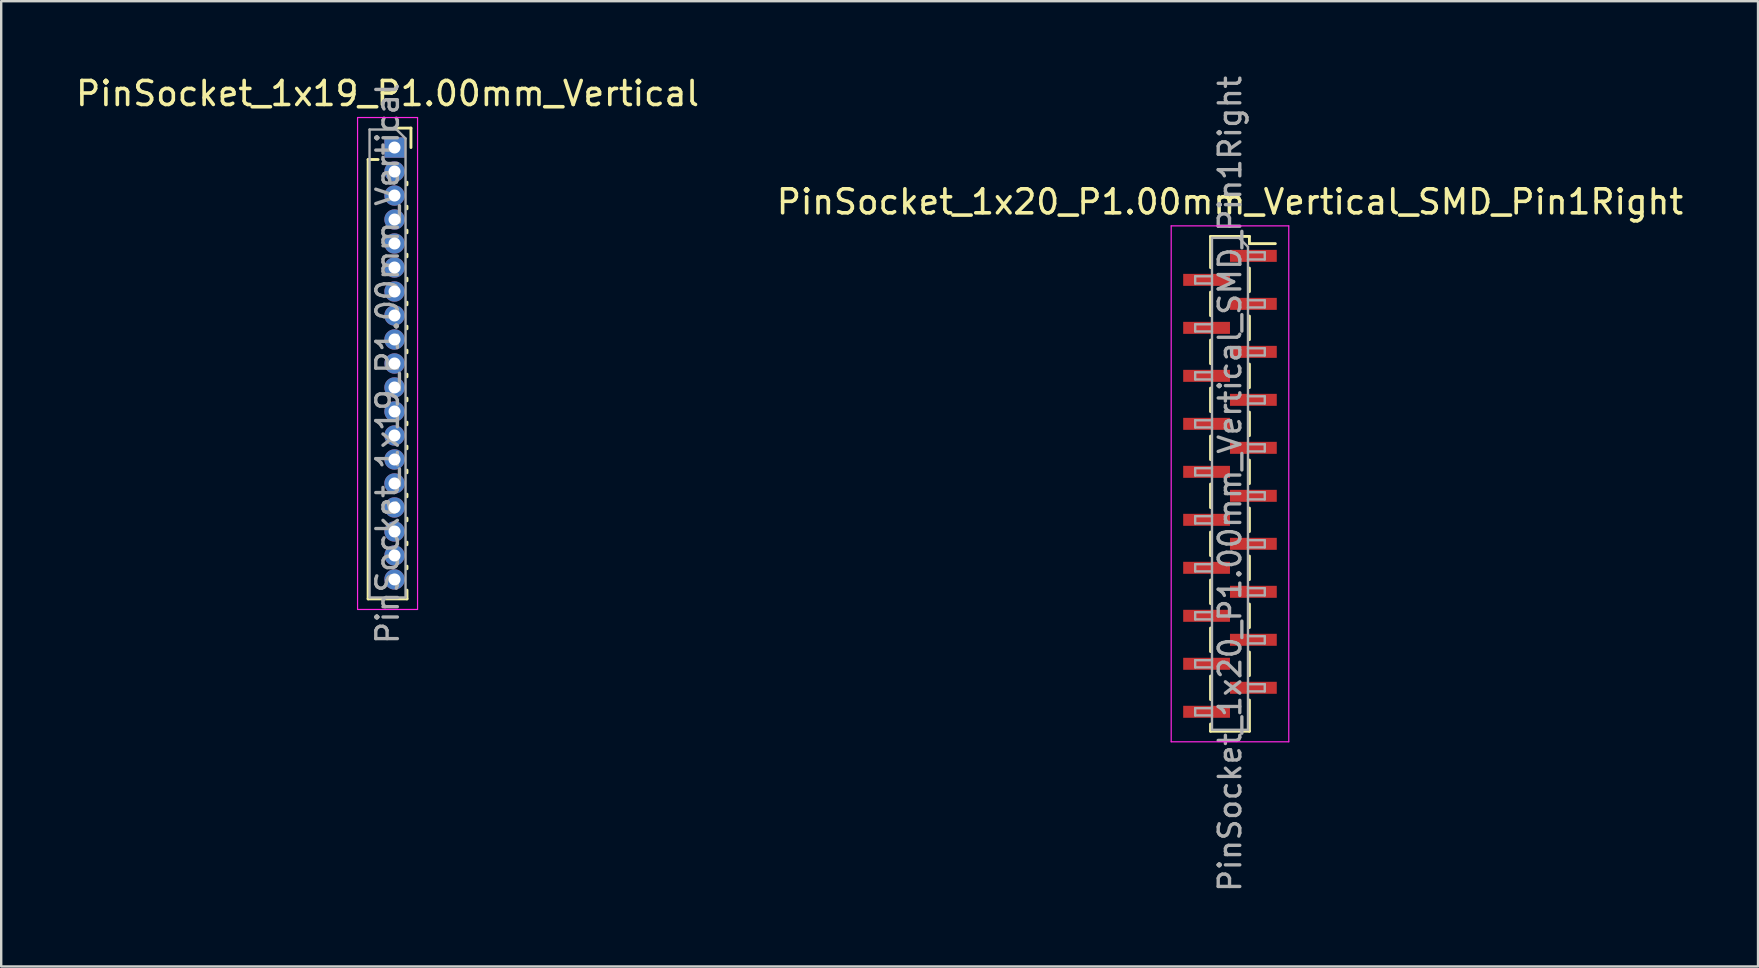
<source format=kicad_pcb>
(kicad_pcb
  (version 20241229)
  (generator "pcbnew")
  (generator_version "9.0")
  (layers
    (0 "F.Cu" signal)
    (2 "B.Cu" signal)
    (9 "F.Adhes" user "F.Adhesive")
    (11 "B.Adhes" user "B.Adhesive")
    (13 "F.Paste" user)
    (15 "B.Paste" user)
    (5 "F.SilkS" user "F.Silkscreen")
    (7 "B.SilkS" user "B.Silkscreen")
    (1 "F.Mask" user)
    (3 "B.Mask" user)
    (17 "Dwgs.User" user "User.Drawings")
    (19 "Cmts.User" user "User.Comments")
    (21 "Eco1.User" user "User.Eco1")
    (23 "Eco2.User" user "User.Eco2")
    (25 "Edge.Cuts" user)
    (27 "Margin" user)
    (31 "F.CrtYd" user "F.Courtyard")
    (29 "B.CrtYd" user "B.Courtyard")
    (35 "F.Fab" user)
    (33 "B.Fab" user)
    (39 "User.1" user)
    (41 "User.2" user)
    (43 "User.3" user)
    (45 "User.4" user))
  (footprint "PinSocket_1x19_P1.00mm_Vertical"
    (layer "F.Cu")
    (at 13.391 3.098)
    (property "Reference" "PinSocket_1x19_P1.00mm_Vertical" (at -0.29 -2.25 0) (layer "F.SilkS") (effects (font (size 1 1) (thickness 0.15))))
    (attr through_hole)
    (fp_line (start -1.1 0.5) (end -1.1 18.81) (stroke (width 0.12) (type solid)) (layer "F.SilkS"))
    (fp_line (start -1.1 0.5) (end -0.685 0.5) (stroke (width 0.12) (type solid)) (layer "F.SilkS"))
    (fp_line (start -1.1 18.81) (end 0.52 18.81) (stroke (width 0.12) (type solid)) (layer "F.SilkS"))
    (fp_line (start 0 -0.81) (end 0.685 -0.81) (stroke (width 0.12) (type solid)) (layer "F.SilkS"))
    (fp_line (start 0.52 1.446) (end 0.52 1.554) (stroke (width 0.12) (type solid)) (layer "F.SilkS"))
    (fp_line (start 0.52 2.446) (end 0.52 2.554) (stroke (width 0.12) (type solid)) (layer "F.SilkS"))
    (fp_line (start 0.52 3.446) (end 0.52 3.554) (stroke (width 0.12) (type solid)) (layer "F.SilkS"))
    (fp_line (start 0.52 4.446) (end 0.52 4.554) (stroke (width 0.12) (type solid)) (layer "F.SilkS"))
    (fp_line (start 0.52 5.446) (end 0.52 5.554) (stroke (width 0.12) (type solid)) (layer "F.SilkS"))
    (fp_line (start 0.52 6.446) (end 0.52 6.554) (stroke (width 0.12) (type solid)) (layer "F.SilkS"))
    (fp_line (start 0.52 7.446) (end 0.52 7.554) (stroke (width 0.12) (type solid)) (layer "F.SilkS"))
    (fp_line (start 0.52 8.446) (end 0.52 8.554) (stroke (width 0.12) (type solid)) (layer "F.SilkS"))
    (fp_line (start 0.52 9.446) (end 0.52 9.554) (stroke (width 0.12) (type solid)) (layer "F.SilkS"))
    (fp_line (start 0.52 10.446) (end 0.52 10.554) (stroke (width 0.12) (type solid)) (layer "F.SilkS"))
    (fp_line (start 0.52 11.446) (end 0.52 11.554) (stroke (width 0.12) (type solid)) (layer "F.SilkS"))
    (fp_line (start 0.52 12.446) (end 0.52 12.554) (stroke (width 0.12) (type solid)) (layer "F.SilkS"))
    (fp_line (start 0.52 13.446) (end 0.52 13.554) (stroke (width 0.12) (type solid)) (layer "F.SilkS"))
    (fp_line (start 0.52 14.446) (end 0.52 14.554) (stroke (width 0.12) (type solid)) (layer "F.SilkS"))
    (fp_line (start 0.52 15.446) (end 0.52 15.554) (stroke (width 0.12) (type solid)) (layer "F.SilkS"))
    (fp_line (start 0.52 16.446) (end 0.52 16.554) (stroke (width 0.12) (type solid)) (layer "F.SilkS"))
    (fp_line (start 0.52 17.446) (end 0.52 17.554) (stroke (width 0.12) (type solid)) (layer "F.SilkS"))
    (fp_line (start 0.52 18.446) (end 0.52 18.81) (stroke (width 0.12) (type solid)) (layer "F.SilkS"))
    (fp_line (start 0.685 -0.81) (end 0.685 0) (stroke (width 0.12) (type solid)) (layer "F.SilkS"))
    (fp_line (start -1.54 -1.25) (end 0.96 -1.25) (stroke (width 0.05) (type solid)) (layer "F.CrtYd"))
    (fp_line (start -1.54 19.25) (end -1.54 -1.25) (stroke (width 0.05) (type solid)) (layer "F.CrtYd"))
    (fp_line (start 0.96 -1.25) (end 0.96 19.25) (stroke (width 0.05) (type solid)) (layer "F.CrtYd"))
    (fp_line (start 0.96 19.25) (end -1.54 19.25) (stroke (width 0.05) (type solid)) (layer "F.CrtYd"))
    (fp_line (start -1.04 -0.75) (end 0.085 -0.75) (stroke (width 0.1) (type solid)) (layer "F.Fab"))
    (fp_line (start -1.04 18.75) (end -1.04 -0.75) (stroke (width 0.1) (type solid)) (layer "F.Fab"))
    (fp_line (start 0.085 -0.75) (end 0.46 -0.375) (stroke (width 0.1) (type solid)) (layer "F.Fab"))
    (fp_line (start 0.46 -0.375) (end 0.46 18.75) (stroke (width 0.1) (type solid)) (layer "F.Fab"))
    (fp_line (start 0.46 18.75) (end -1.04 18.75) (stroke (width 0.1) (type solid)) (layer "F.Fab"))
    (fp_text user "${REFERENCE}" (at -0.29 9 90) (layer "F.Fab") (effects (font (size 0.9 0.9) (thickness 0.14))))
    (pad "1" thru_hole rect (at 0 0) (size 0.85 0.85) (drill 0.5) (layers "*.Cu" "*.Mask"))
    (pad "2" thru_hole oval (at 0 1) (size 0.85 0.85) (drill 0.5) (layers "*.Cu" "*.Mask"))
    (pad "3" thru_hole oval (at 0 2) (size 0.85 0.85) (drill 0.5) (layers "*.Cu" "*.Mask"))
    (pad "4" thru_hole oval (at 0 3) (size 0.85 0.85) (drill 0.5) (layers "*.Cu" "*.Mask"))
    (pad "5" thru_hole oval (at 0 4) (size 0.85 0.85) (drill 0.5) (layers "*.Cu" "*.Mask"))
    (pad "6" thru_hole oval (at 0 5) (size 0.85 0.85) (drill 0.5) (layers "*.Cu" "*.Mask"))
    (pad "7" thru_hole oval (at 0 6) (size 0.85 0.85) (drill 0.5) (layers "*.Cu" "*.Mask"))
    (pad "8" thru_hole oval (at 0 7) (size 0.85 0.85) (drill 0.5) (layers "*.Cu" "*.Mask"))
    (pad "9" thru_hole oval (at 0 8) (size 0.85 0.85) (drill 0.5) (layers "*.Cu" "*.Mask"))
    (pad "10" thru_hole oval (at 0 9) (size 0.85 0.85) (drill 0.5) (layers "*.Cu" "*.Mask"))
    (pad "11" thru_hole oval (at 0 10) (size 0.85 0.85) (drill 0.5) (layers "*.Cu" "*.Mask"))
    (pad "12" thru_hole oval (at 0 11) (size 0.85 0.85) (drill 0.5) (layers "*.Cu" "*.Mask"))
    (pad "13" thru_hole oval (at 0 12) (size 0.85 0.85) (drill 0.5) (layers "*.Cu" "*.Mask"))
    (pad "14" thru_hole oval (at 0 13) (size 0.85 0.85) (drill 0.5) (layers "*.Cu" "*.Mask"))
    (pad "15" thru_hole oval (at 0 14) (size 0.85 0.85) (drill 0.5) (layers "*.Cu" "*.Mask"))
    (pad "16" thru_hole oval (at 0 15) (size 0.85 0.85) (drill 0.5) (layers "*.Cu" "*.Mask"))
    (pad "17" thru_hole oval (at 0 16) (size 0.85 0.85) (drill 0.5) (layers "*.Cu" "*.Mask"))
    (pad "18" thru_hole oval (at 0 17) (size 0.85 0.85) (drill 0.5) (layers "*.Cu" "*.Mask"))
    (pad "19" thru_hole oval (at 0 18) (size 0.85 0.85) (drill 0.5) (layers "*.Cu" "*.Mask")))
  (footprint "PinSocket_1x20_P1.00mm_Vertical_SMD_Pin1Right"
    (layer "F.Cu")
    (at 48.208 17.113)
    (property "Reference" "PinSocket_1x20_P1.00mm_Vertical_SMD_Pin1Right" (at 0 -11.75 0) (layer "F.SilkS") (effects (font (size 1 1) (thickness 0.15))))
    (attr smd)
    (fp_line (start -0.81 -10.31) (end -0.81 -9.01) (stroke (width 0.12) (type solid)) (layer "F.SilkS"))
    (fp_line (start -0.81 -10.31) (end 0.81 -10.31) (stroke (width 0.12) (type solid)) (layer "F.SilkS"))
    (fp_line (start -0.81 -7.99) (end -0.81 -7.01) (stroke (width 0.12) (type solid)) (layer "F.SilkS"))
    (fp_line (start -0.81 -5.99) (end -0.81 -5.01) (stroke (width 0.12) (type solid)) (layer "F.SilkS"))
    (fp_line (start -0.81 -3.99) (end -0.81 -3.01) (stroke (width 0.12) (type solid)) (layer "F.SilkS"))
    (fp_line (start -0.81 -1.99) (end -0.81 -1.01) (stroke (width 0.12) (type solid)) (layer "F.SilkS"))
    (fp_line (start -0.81 0.01) (end -0.81 0.99) (stroke (width 0.12) (type solid)) (layer "F.SilkS"))
    (fp_line (start -0.81 2.01) (end -0.81 2.99) (stroke (width 0.12) (type solid)) (layer "F.SilkS"))
    (fp_line (start -0.81 4.01) (end -0.81 4.99) (stroke (width 0.12) (type solid)) (layer "F.SilkS"))
    (fp_line (start -0.81 6.01) (end -0.81 6.99) (stroke (width 0.12) (type solid)) (layer "F.SilkS"))
    (fp_line (start -0.81 8.01) (end -0.81 8.99) (stroke (width 0.12) (type solid)) (layer "F.SilkS"))
    (fp_line (start -0.81 10.01) (end -0.81 10.31) (stroke (width 0.12) (type solid)) (layer "F.SilkS"))
    (fp_line (start -0.81 10.31) (end 0.81 10.31) (stroke (width 0.12) (type solid)) (layer "F.SilkS"))
    (fp_line (start 0.81 -10.31) (end 0.81 -10.01) (stroke (width 0.12) (type solid)) (layer "F.SilkS"))
    (fp_line (start 0.81 -10.01) (end 1.89 -10.01) (stroke (width 0.12) (type solid)) (layer "F.SilkS"))
    (fp_line (start 0.81 -8.99) (end 0.81 -8.01) (stroke (width 0.12) (type solid)) (layer "F.SilkS"))
    (fp_line (start 0.81 -6.99) (end 0.81 -6.01) (stroke (width 0.12) (type solid)) (layer "F.SilkS"))
    (fp_line (start 0.81 -4.99) (end 0.81 -4.01) (stroke (width 0.12) (type solid)) (layer "F.SilkS"))
    (fp_line (start 0.81 -2.99) (end 0.81 -2.01) (stroke (width 0.12) (type solid)) (layer "F.SilkS"))
    (fp_line (start 0.81 -0.99) (end 0.81 -0.01) (stroke (width 0.12) (type solid)) (layer "F.SilkS"))
    (fp_line (start 0.81 1.01) (end 0.81 1.99) (stroke (width 0.12) (type solid)) (layer "F.SilkS"))
    (fp_line (start 0.81 3.01) (end 0.81 3.99) (stroke (width 0.12) (type solid)) (layer "F.SilkS"))
    (fp_line (start 0.81 5.01) (end 0.81 5.99) (stroke (width 0.12) (type solid)) (layer "F.SilkS"))
    (fp_line (start 0.81 7.01) (end 0.81 7.99) (stroke (width 0.12) (type solid)) (layer "F.SilkS"))
    (fp_line (start 0.81 9.01) (end 0.81 10.31) (stroke (width 0.12) (type solid)) (layer "F.SilkS"))
    (fp_line (start -2.45 -10.75) (end 2.45 -10.75) (stroke (width 0.05) (type solid)) (layer "F.CrtYd"))
    (fp_line (start -2.45 10.75) (end -2.45 -10.75) (stroke (width 0.05) (type solid)) (layer "F.CrtYd"))
    (fp_line (start 2.45 -10.75) (end 2.45 10.75) (stroke (width 0.05) (type solid)) (layer "F.CrtYd"))
    (fp_line (start 2.45 10.75) (end -2.45 10.75) (stroke (width 0.05) (type solid)) (layer "F.CrtYd"))
    (fp_line (start -1.45 -8.65) (end -0.75 -8.65) (stroke (width 0.1) (type solid)) (layer "F.Fab"))
    (fp_line (start -1.45 -8.35) (end -1.45 -8.65) (stroke (width 0.1) (type solid)) (layer "F.Fab"))
    (fp_line (start -1.45 -6.65) (end -0.75 -6.65) (stroke (width 0.1) (type solid)) (layer "F.Fab"))
    (fp_line (start -1.45 -6.35) (end -1.45 -6.65) (stroke (width 0.1) (type solid)) (layer "F.Fab"))
    (fp_line (start -1.45 -4.65) (end -0.75 -4.65) (stroke (width 0.1) (type solid)) (layer "F.Fab"))
    (fp_line (start -1.45 -4.35) (end -1.45 -4.65) (stroke (width 0.1) (type solid)) (layer "F.Fab"))
    (fp_line (start -1.45 -2.65) (end -0.75 -2.65) (stroke (width 0.1) (type solid)) (layer "F.Fab"))
    (fp_line (start -1.45 -2.35) (end -1.45 -2.65) (stroke (width 0.1) (type solid)) (layer "F.Fab"))
    (fp_line (start -1.45 -0.65) (end -0.75 -0.65) (stroke (width 0.1) (type solid)) (layer "F.Fab"))
    (fp_line (start -1.45 -0.35) (end -1.45 -0.65) (stroke (width 0.1) (type solid)) (layer "F.Fab"))
    (fp_line (start -1.45 1.35) (end -0.75 1.35) (stroke (width 0.1) (type solid)) (layer "F.Fab"))
    (fp_line (start -1.45 1.65) (end -1.45 1.35) (stroke (width 0.1) (type solid)) (layer "F.Fab"))
    (fp_line (start -1.45 3.35) (end -0.75 3.35) (stroke (width 0.1) (type solid)) (layer "F.Fab"))
    (fp_line (start -1.45 3.65) (end -1.45 3.35) (stroke (width 0.1) (type solid)) (layer "F.Fab"))
    (fp_line (start -1.45 5.35) (end -0.75 5.35) (stroke (width 0.1) (type solid)) (layer "F.Fab"))
    (fp_line (start -1.45 5.65) (end -1.45 5.35) (stroke (width 0.1) (type solid)) (layer "F.Fab"))
    (fp_line (start -1.45 7.35) (end -0.75 7.35) (stroke (width 0.1) (type solid)) (layer "F.Fab"))
    (fp_line (start -1.45 7.65) (end -1.45 7.35) (stroke (width 0.1) (type solid)) (layer "F.Fab"))
    (fp_line (start -1.45 9.35) (end -0.75 9.35) (stroke (width 0.1) (type solid)) (layer "F.Fab"))
    (fp_line (start -1.45 9.65) (end -1.45 9.35) (stroke (width 0.1) (type solid)) (layer "F.Fab"))
    (fp_line (start -0.75 -10.25) (end 0.375 -10.25) (stroke (width 0.1) (type solid)) (layer "F.Fab"))
    (fp_line (start -0.75 -8.35) (end -1.45 -8.35) (stroke (width 0.1) (type solid)) (layer "F.Fab"))
    (fp_line (start -0.75 -6.35) (end -1.45 -6.35) (stroke (width 0.1) (type solid)) (layer "F.Fab"))
    (fp_line (start -0.75 -4.35) (end -1.45 -4.35) (stroke (width 0.1) (type solid)) (layer "F.Fab"))
    (fp_line (start -0.75 -2.35) (end -1.45 -2.35) (stroke (width 0.1) (type solid)) (layer "F.Fab"))
    (fp_line (start -0.75 -0.35) (end -1.45 -0.35) (stroke (width 0.1) (type solid)) (layer "F.Fab"))
    (fp_line (start -0.75 1.65) (end -1.45 1.65) (stroke (width 0.1) (type solid)) (layer "F.Fab"))
    (fp_line (start -0.75 3.65) (end -1.45 3.65) (stroke (width 0.1) (type solid)) (layer "F.Fab"))
    (fp_line (start -0.75 5.65) (end -1.45 5.65) (stroke (width 0.1) (type solid)) (layer "F.Fab"))
    (fp_line (start -0.75 7.65) (end -1.45 7.65) (stroke (width 0.1) (type solid)) (layer "F.Fab"))
    (fp_line (start -0.75 9.65) (end -1.45 9.65) (stroke (width 0.1) (type solid)) (layer "F.Fab"))
    (fp_line (start -0.75 10.25) (end -0.75 -10.25) (stroke (width 0.1) (type solid)) (layer "F.Fab"))
    (fp_line (start 0.375 -10.25) (end 0.75 -9.875) (stroke (width 0.1) (type solid)) (layer "F.Fab"))
    (fp_line (start 0.75 -9.875) (end 0.75 10.25) (stroke (width 0.1) (type solid)) (layer "F.Fab"))
    (fp_line (start 0.75 -9.65) (end 1.45 -9.65) (stroke (width 0.1) (type solid)) (layer "F.Fab"))
    (fp_line (start 0.75 -7.65) (end 1.45 -7.65) (stroke (width 0.1) (type solid)) (layer "F.Fab"))
    (fp_line (start 0.75 -5.65) (end 1.45 -5.65) (stroke (width 0.1) (type solid)) (layer "F.Fab"))
    (fp_line (start 0.75 -3.65) (end 1.45 -3.65) (stroke (width 0.1) (type solid)) (layer "F.Fab"))
    (fp_line (start 0.75 -1.65) (end 1.45 -1.65) (stroke (width 0.1) (type solid)) (layer "F.Fab"))
    (fp_line (start 0.75 0.35) (end 1.45 0.35) (stroke (width 0.1) (type solid)) (layer "F.Fab"))
    (fp_line (start 0.75 2.35) (end 1.45 2.35) (stroke (width 0.1) (type solid)) (layer "F.Fab"))
    (fp_line (start 0.75 4.35) (end 1.45 4.35) (stroke (width 0.1) (type solid)) (layer "F.Fab"))
    (fp_line (start 0.75 6.35) (end 1.45 6.35) (stroke (width 0.1) (type solid)) (layer "F.Fab"))
    (fp_line (start 0.75 8.35) (end 1.45 8.35) (stroke (width 0.1) (type solid)) (layer "F.Fab"))
    (fp_line (start 0.75 10.25) (end -0.75 10.25) (stroke (width 0.1) (type solid)) (layer "F.Fab"))
    (fp_line (start 1.45 -9.65) (end 1.45 -9.35) (stroke (width 0.1) (type solid)) (layer "F.Fab"))
    (fp_line (start 1.45 -9.35) (end 0.75 -9.35) (stroke (width 0.1) (type solid)) (layer "F.Fab"))
    (fp_line (start 1.45 -7.65) (end 1.45 -7.35) (stroke (width 0.1) (type solid)) (layer "F.Fab"))
    (fp_line (start 1.45 -7.35) (end 0.75 -7.35) (stroke (width 0.1) (type solid)) (layer "F.Fab"))
    (fp_line (start 1.45 -5.65) (end 1.45 -5.35) (stroke (width 0.1) (type solid)) (layer "F.Fab"))
    (fp_line (start 1.45 -5.35) (end 0.75 -5.35) (stroke (width 0.1) (type solid)) (layer "F.Fab"))
    (fp_line (start 1.45 -3.65) (end 1.45 -3.35) (stroke (width 0.1) (type solid)) (layer "F.Fab"))
    (fp_line (start 1.45 -3.35) (end 0.75 -3.35) (stroke (width 0.1) (type solid)) (layer "F.Fab"))
    (fp_line (start 1.45 -1.65) (end 1.45 -1.35) (stroke (width 0.1) (type solid)) (layer "F.Fab"))
    (fp_line (start 1.45 -1.35) (end 0.75 -1.35) (stroke (width 0.1) (type solid)) (layer "F.Fab"))
    (fp_line (start 1.45 0.35) (end 1.45 0.65) (stroke (width 0.1) (type solid)) (layer "F.Fab"))
    (fp_line (start 1.45 0.65) (end 0.75 0.65) (stroke (width 0.1) (type solid)) (layer "F.Fab"))
    (fp_line (start 1.45 2.35) (end 1.45 2.65) (stroke (width 0.1) (type solid)) (layer "F.Fab"))
    (fp_line (start 1.45 2.65) (end 0.75 2.65) (stroke (width 0.1) (type solid)) (layer "F.Fab"))
    (fp_line (start 1.45 4.35) (end 1.45 4.65) (stroke (width 0.1) (type solid)) (layer "F.Fab"))
    (fp_line (start 1.45 4.65) (end 0.75 4.65) (stroke (width 0.1) (type solid)) (layer "F.Fab"))
    (fp_line (start 1.45 6.35) (end 1.45 6.65) (stroke (width 0.1) (type solid)) (layer "F.Fab"))
    (fp_line (start 1.45 6.65) (end 0.75 6.65) (stroke (width 0.1) (type solid)) (layer "F.Fab"))
    (fp_line (start 1.45 8.35) (end 1.45 8.65) (stroke (width 0.1) (type solid)) (layer "F.Fab"))
    (fp_line (start 1.45 8.65) (end 0.75 8.65) (stroke (width 0.1) (type solid)) (layer "F.Fab"))
    (fp_text user "${REFERENCE}" (at 0 0 90) (layer "F.Fab") (effects (font (size 0.9 0.9) (thickness 0.14))))
    (pad "1" smd rect (at 0.975 -9.5) (size 1.95 0.5) (layers "F.Cu" "F.Mask" "F.Paste"))
    (pad "2" smd rect (at -0.975 -8.5) (size 1.95 0.5) (layers "F.Cu" "F.Mask" "F.Paste"))
    (pad "3" smd rect (at 0.975 -7.5) (size 1.95 0.5) (layers "F.Cu" "F.Mask" "F.Paste"))
    (pad "4" smd rect (at -0.975 -6.5) (size 1.95 0.5) (layers "F.Cu" "F.Mask" "F.Paste"))
    (pad "5" smd rect (at 0.975 -5.5) (size 1.95 0.5) (layers "F.Cu" "F.Mask" "F.Paste"))
    (pad "6" smd rect (at -0.975 -4.5) (size 1.95 0.5) (layers "F.Cu" "F.Mask" "F.Paste"))
    (pad "7" smd rect (at 0.975 -3.5) (size 1.95 0.5) (layers "F.Cu" "F.Mask" "F.Paste"))
    (pad "8" smd rect (at -0.975 -2.5) (size 1.95 0.5) (layers "F.Cu" "F.Mask" "F.Paste"))
    (pad "9" smd rect (at 0.975 -1.5) (size 1.95 0.5) (layers "F.Cu" "F.Mask" "F.Paste"))
    (pad "10" smd rect (at -0.975 -0.5) (size 1.95 0.5) (layers "F.Cu" "F.Mask" "F.Paste"))
    (pad "11" smd rect (at 0.975 0.5) (size 1.95 0.5) (layers "F.Cu" "F.Mask" "F.Paste"))
    (pad "12" smd rect (at -0.975 1.5) (size 1.95 0.5) (layers "F.Cu" "F.Mask" "F.Paste"))
    (pad "13" smd rect (at 0.975 2.5) (size 1.95 0.5) (layers "F.Cu" "F.Mask" "F.Paste"))
    (pad "14" smd rect (at -0.975 3.5) (size 1.95 0.5) (layers "F.Cu" "F.Mask" "F.Paste"))
    (pad "15" smd rect (at 0.975 4.5) (size 1.95 0.5) (layers "F.Cu" "F.Mask" "F.Paste"))
    (pad "16" smd rect (at -0.975 5.5) (size 1.95 0.5) (layers "F.Cu" "F.Mask" "F.Paste"))
    (pad "17" smd rect (at 0.975 6.5) (size 1.95 0.5) (layers "F.Cu" "F.Mask" "F.Paste"))
    (pad "18" smd rect (at -0.975 7.5) (size 1.95 0.5) (layers "F.Cu" "F.Mask" "F.Paste"))
    (pad "19" smd rect (at 0.975 8.5) (size 1.95 0.5) (layers "F.Cu" "F.Mask" "F.Paste"))
    (pad "20" smd rect (at -0.975 9.5) (size 1.95 0.5) (layers "F.Cu" "F.Mask" "F.Paste")))
  (gr_rect
    (start -3 -3)
    (end 70.214 37.226)
    (stroke (width 0.1) (type default))
    (fill no)
    (layer "Edge.Cuts")))
</source>
